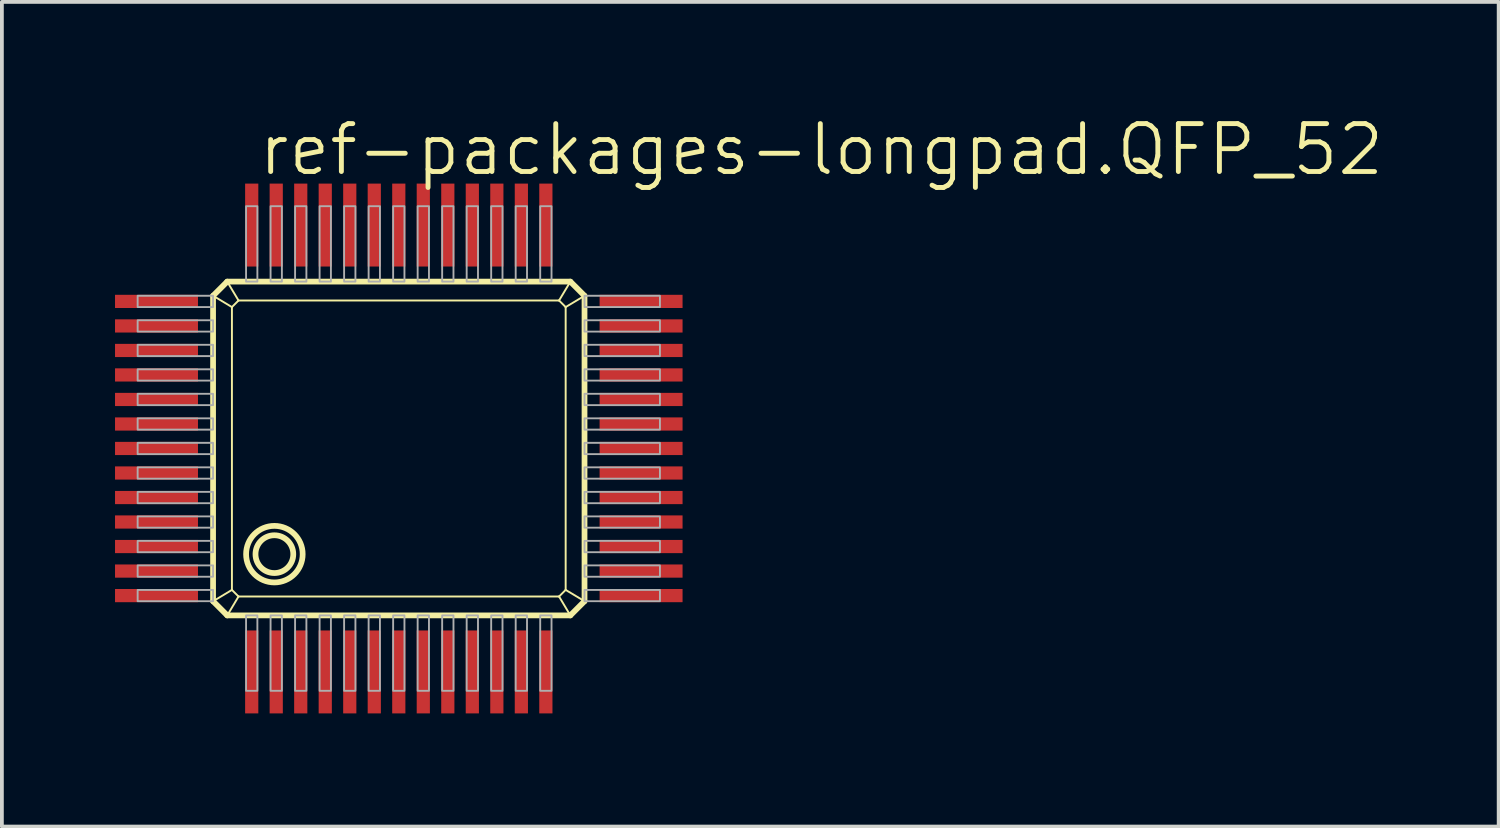
<source format=kicad_pcb>
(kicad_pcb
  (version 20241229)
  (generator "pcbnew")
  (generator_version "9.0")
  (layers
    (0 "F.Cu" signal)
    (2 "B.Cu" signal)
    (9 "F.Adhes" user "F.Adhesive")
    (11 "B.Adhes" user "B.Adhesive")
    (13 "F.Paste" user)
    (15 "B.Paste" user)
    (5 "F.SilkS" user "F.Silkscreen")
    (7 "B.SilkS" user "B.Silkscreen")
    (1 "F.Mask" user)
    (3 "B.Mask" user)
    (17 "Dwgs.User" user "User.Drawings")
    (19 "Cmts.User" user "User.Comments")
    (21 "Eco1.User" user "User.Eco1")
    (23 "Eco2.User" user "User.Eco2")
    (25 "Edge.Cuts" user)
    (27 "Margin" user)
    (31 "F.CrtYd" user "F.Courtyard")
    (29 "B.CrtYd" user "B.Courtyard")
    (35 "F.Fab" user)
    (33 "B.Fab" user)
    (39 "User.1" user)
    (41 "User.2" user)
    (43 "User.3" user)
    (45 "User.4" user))
  (footprint "ref-packages-longpad.QFP_52"
    (layer "F.Cu")
    (at 7.2 8.518)
    (property "Reference" "ref-packages-longpad.QFP_52" (at -3.46 -6.858 0) (layer "F.SilkS") (effects (font (size 1.27 1.27) (thickness 0.13)) (justify left bottom)))
    (attr smd)
    (fp_line (start -4.6 -3.725) (end -4.225 -4.1) (stroke (width 0.152) (type default)) (layer "F.SilkS"))
    (fp_line (start -4.6 -3.725) (end -4.1 -3.425) (stroke (width 0.051) (type default)) (layer "F.SilkS"))
    (fp_line (start -4.6 4.375) (end -4.6 -3.725) (stroke (width 0.152) (type default)) (layer "F.SilkS"))
    (fp_line (start -4.6 4.375) (end -4.1 4.075) (stroke (width 0.051) (type default)) (layer "F.SilkS"))
    (fp_line (start -4.225 -4.1) (end -3.925 -3.6) (stroke (width 0.051) (type default)) (layer "F.SilkS"))
    (fp_line (start -4.225 -4.1) (end 4.875 -4.1) (stroke (width 0.152) (type default)) (layer "F.SilkS"))
    (fp_line (start -4.224 4.751) (end -4.6 4.375) (stroke (width 0.152) (type default)) (layer "F.SilkS"))
    (fp_line (start -4.224 4.751) (end -3.925 4.25) (stroke (width 0.051) (type default)) (layer "F.SilkS"))
    (fp_line (start -4.1 -3.425) (end -3.925 -3.6) (stroke (width 0.051) (type default)) (layer "F.SilkS"))
    (fp_line (start -4.1 4.075) (end -4.1 -3.425) (stroke (width 0.051) (type default)) (layer "F.SilkS"))
    (fp_line (start -3.925 -3.6) (end 4.575 -3.6) (stroke (width 0.051) (type default)) (layer "F.SilkS"))
    (fp_line (start -3.925 4.25) (end -4.1 4.075) (stroke (width 0.051) (type default)) (layer "F.SilkS"))
    (fp_line (start 4.575 -3.6) (end 4.75 -3.425) (stroke (width 0.051) (type default)) (layer "F.SilkS"))
    (fp_line (start 4.575 4.25) (end -3.925 4.25) (stroke (width 0.051) (type default)) (layer "F.SilkS"))
    (fp_line (start 4.75 -3.425) (end 4.75 4.075) (stroke (width 0.051) (type default)) (layer "F.SilkS"))
    (fp_line (start 4.75 4.075) (end 4.575 4.25) (stroke (width 0.051) (type default)) (layer "F.SilkS"))
    (fp_line (start 4.874 4.751) (end -4.224 4.751) (stroke (width 0.152) (type default)) (layer "F.SilkS"))
    (fp_line (start 4.874 4.751) (end 4.575 4.25) (stroke (width 0.051) (type default)) (layer "F.SilkS"))
    (fp_line (start 4.875 -4.1) (end 4.575 -3.6) (stroke (width 0.051) (type default)) (layer "F.SilkS"))
    (fp_line (start 4.875 -4.1) (end 5.25 -3.725) (stroke (width 0.152) (type default)) (layer "F.SilkS"))
    (fp_line (start 5.25 -3.725) (end 4.75 -3.425) (stroke (width 0.051) (type default)) (layer "F.SilkS"))
    (fp_line (start 5.25 -3.725) (end 5.25 4.375) (stroke (width 0.152) (type default)) (layer "F.SilkS"))
    (fp_line (start 5.25 4.375) (end 4.75 4.075) (stroke (width 0.051) (type default)) (layer "F.SilkS"))
    (fp_line (start 5.25 4.375) (end 4.874 4.751) (stroke (width 0.152) (type default)) (layer "F.SilkS"))
    (fp_circle (center -2.974 3.127) (end -2.473 3.127) (stroke (width 0.152) (type default)) (fill no) (layer "F.SilkS"))
    (fp_circle (center -2.974 3.127) (end -2.224 3.127) (stroke (width 0.152) (type default)) (fill no) (layer "F.SilkS"))
    (fp_rect (start -6.6 -3.425) (end -4.6 -3.725) (stroke (width 0.05) (type default)) (fill no) (layer "F.Fab"))
    (fp_rect (start -6.6 -2.775) (end -4.6 -3.075) (stroke (width 0.05) (type default)) (fill no) (layer "F.Fab"))
    (fp_rect (start -6.6 -2.125) (end -4.6 -2.425) (stroke (width 0.05) (type default)) (fill no) (layer "F.Fab"))
    (fp_rect (start -6.6 -1.475) (end -4.6 -1.775) (stroke (width 0.05) (type default)) (fill no) (layer "F.Fab"))
    (fp_rect (start -6.6 -0.825) (end -4.6 -1.125) (stroke (width 0.05) (type default)) (fill no) (layer "F.Fab"))
    (fp_rect (start -6.6 -0.175) (end -4.6 -0.475) (stroke (width 0.05) (type default)) (fill no) (layer "F.Fab"))
    (fp_rect (start -6.6 0.475) (end -4.6 0.175) (stroke (width 0.05) (type default)) (fill no) (layer "F.Fab"))
    (fp_rect (start -6.6 1.125) (end -4.6 0.825) (stroke (width 0.05) (type default)) (fill no) (layer "F.Fab"))
    (fp_rect (start -6.6 1.775) (end -4.6 1.475) (stroke (width 0.05) (type default)) (fill no) (layer "F.Fab"))
    (fp_rect (start -6.6 2.425) (end -4.6 2.125) (stroke (width 0.05) (type default)) (fill no) (layer "F.Fab"))
    (fp_rect (start -6.6 3.075) (end -4.6 2.775) (stroke (width 0.05) (type default)) (fill no) (layer "F.Fab"))
    (fp_rect (start -6.6 3.725) (end -4.6 3.425) (stroke (width 0.05) (type default)) (fill no) (layer "F.Fab"))
    (fp_rect (start -6.6 4.375) (end -4.6 4.075) (stroke (width 0.05) (type default)) (fill no) (layer "F.Fab"))
    (fp_rect (start -3.725 -4.1) (end -3.425 -6.1) (stroke (width 0.05) (type default)) (fill no) (layer "F.Fab"))
    (fp_rect (start -3.725 6.751) (end -3.425 4.751) (stroke (width 0.05) (type default)) (fill no) (layer "F.Fab"))
    (fp_rect (start -3.075 -4.1) (end -2.775 -6.1) (stroke (width 0.05) (type default)) (fill no) (layer "F.Fab"))
    (fp_rect (start -3.075 6.751) (end -2.775 4.751) (stroke (width 0.05) (type default)) (fill no) (layer "F.Fab"))
    (fp_rect (start -2.425 -4.1) (end -2.125 -6.1) (stroke (width 0.05) (type default)) (fill no) (layer "F.Fab"))
    (fp_rect (start -2.425 6.751) (end -2.125 4.751) (stroke (width 0.05) (type default)) (fill no) (layer "F.Fab"))
    (fp_rect (start -1.775 -4.1) (end -1.475 -6.1) (stroke (width 0.05) (type default)) (fill no) (layer "F.Fab"))
    (fp_rect (start -1.775 6.751) (end -1.475 4.751) (stroke (width 0.05) (type default)) (fill no) (layer "F.Fab"))
    (fp_rect (start -1.125 -4.1) (end -0.825 -6.1) (stroke (width 0.05) (type default)) (fill no) (layer "F.Fab"))
    (fp_rect (start -1.125 6.751) (end -0.825 4.751) (stroke (width 0.05) (type default)) (fill no) (layer "F.Fab"))
    (fp_rect (start -0.475 -4.1) (end -0.175 -6.1) (stroke (width 0.05) (type default)) (fill no) (layer "F.Fab"))
    (fp_rect (start -0.475 6.751) (end -0.175 4.751) (stroke (width 0.05) (type default)) (fill no) (layer "F.Fab"))
    (fp_rect (start 0.175 -4.1) (end 0.475 -6.1) (stroke (width 0.05) (type default)) (fill no) (layer "F.Fab"))
    (fp_rect (start 0.175 6.751) (end 0.475 4.751) (stroke (width 0.05) (type default)) (fill no) (layer "F.Fab"))
    (fp_rect (start 0.825 -4.1) (end 1.125 -6.1) (stroke (width 0.05) (type default)) (fill no) (layer "F.Fab"))
    (fp_rect (start 0.825 6.751) (end 1.125 4.751) (stroke (width 0.05) (type default)) (fill no) (layer "F.Fab"))
    (fp_rect (start 1.475 -4.1) (end 1.775 -6.1) (stroke (width 0.05) (type default)) (fill no) (layer "F.Fab"))
    (fp_rect (start 1.475 6.751) (end 1.775 4.751) (stroke (width 0.05) (type default)) (fill no) (layer "F.Fab"))
    (fp_rect (start 2.125 -4.1) (end 2.425 -6.1) (stroke (width 0.05) (type default)) (fill no) (layer "F.Fab"))
    (fp_rect (start 2.125 6.751) (end 2.425 4.751) (stroke (width 0.05) (type default)) (fill no) (layer "F.Fab"))
    (fp_rect (start 2.775 -4.1) (end 3.075 -6.1) (stroke (width 0.05) (type default)) (fill no) (layer "F.Fab"))
    (fp_rect (start 2.775 6.751) (end 3.075 4.751) (stroke (width 0.05) (type default)) (fill no) (layer "F.Fab"))
    (fp_rect (start 3.425 -4.1) (end 3.725 -6.1) (stroke (width 0.05) (type default)) (fill no) (layer "F.Fab"))
    (fp_rect (start 3.425 6.751) (end 3.725 4.751) (stroke (width 0.05) (type default)) (fill no) (layer "F.Fab"))
    (fp_rect (start 4.075 -4.1) (end 4.375 -6.1) (stroke (width 0.05) (type default)) (fill no) (layer "F.Fab"))
    (fp_rect (start 4.075 6.751) (end 4.375 4.751) (stroke (width 0.05) (type default)) (fill no) (layer "F.Fab"))
    (fp_rect (start 5.25 -3.425) (end 7.25 -3.725) (stroke (width 0.05) (type default)) (fill no) (layer "F.Fab"))
    (fp_rect (start 5.25 -2.775) (end 7.25 -3.075) (stroke (width 0.05) (type default)) (fill no) (layer "F.Fab"))
    (fp_rect (start 5.25 -2.125) (end 7.25 -2.425) (stroke (width 0.05) (type default)) (fill no) (layer "F.Fab"))
    (fp_rect (start 5.25 -1.475) (end 7.25 -1.775) (stroke (width 0.05) (type default)) (fill no) (layer "F.Fab"))
    (fp_rect (start 5.25 -0.825) (end 7.25 -1.125) (stroke (width 0.05) (type default)) (fill no) (layer "F.Fab"))
    (fp_rect (start 5.25 -0.175) (end 7.25 -0.475) (stroke (width 0.05) (type default)) (fill no) (layer "F.Fab"))
    (fp_rect (start 5.25 0.475) (end 7.25 0.175) (stroke (width 0.05) (type default)) (fill no) (layer "F.Fab"))
    (fp_rect (start 5.25 1.125) (end 7.25 0.825) (stroke (width 0.05) (type default)) (fill no) (layer "F.Fab"))
    (fp_rect (start 5.25 1.775) (end 7.25 1.475) (stroke (width 0.05) (type default)) (fill no) (layer "F.Fab"))
    (fp_rect (start 5.25 2.425) (end 7.25 2.125) (stroke (width 0.05) (type default)) (fill no) (layer "F.Fab"))
    (fp_rect (start 5.25 3.075) (end 7.25 2.775) (stroke (width 0.05) (type default)) (fill no) (layer "F.Fab"))
    (fp_rect (start 5.25 3.725) (end 7.25 3.425) (stroke (width 0.05) (type default)) (fill no) (layer "F.Fab"))
    (fp_rect (start 5.25 4.375) (end 7.25 4.075) (stroke (width 0.05) (type default)) (fill no) (layer "F.Fab"))
    (pad "1" smd roundrect (at -3.575 6.25) (size 0.35 2.2) (layers "F.Cu" "F.Mask" "F.Paste") (roundrect_rratio 0.01))
    (pad "2" smd roundrect (at -2.925 6.25) (size 0.35 2.2) (layers "F.Cu" "F.Mask" "F.Paste") (roundrect_rratio 0.01))
    (pad "3" smd roundrect (at -2.275 6.25) (size 0.35 2.2) (layers "F.Cu" "F.Mask" "F.Paste") (roundrect_rratio 0.01))
    (pad "4" smd roundrect (at -1.625 6.25) (size 0.35 2.2) (layers "F.Cu" "F.Mask" "F.Paste") (roundrect_rratio 0.01))
    (pad "5" smd roundrect (at -0.975 6.25) (size 0.35 2.2) (layers "F.Cu" "F.Mask" "F.Paste") (roundrect_rratio 0.01))
    (pad "6" smd roundrect (at -0.325 6.25) (size 0.35 2.2) (layers "F.Cu" "F.Mask" "F.Paste") (roundrect_rratio 0.01))
    (pad "7" smd roundrect (at 0.325 6.25) (size 0.35 2.2) (layers "F.Cu" "F.Mask" "F.Paste") (roundrect_rratio 0.01))
    (pad "8" smd roundrect (at 0.975 6.25) (size 0.35 2.2) (layers "F.Cu" "F.Mask" "F.Paste") (roundrect_rratio 0.01))
    (pad "9" smd roundrect (at 1.625 6.25) (size 0.35 2.2) (layers "F.Cu" "F.Mask" "F.Paste") (roundrect_rratio 0.01))
    (pad "10" smd roundrect (at 2.275 6.25) (size 0.35 2.2) (layers "F.Cu" "F.Mask" "F.Paste") (roundrect_rratio 0.01))
    (pad "11" smd roundrect (at 2.925 6.25) (size 0.35 2.2) (layers "F.Cu" "F.Mask" "F.Paste") (roundrect_rratio 0.01))
    (pad "12" smd roundrect (at 3.575 6.25) (size 0.35 2.2) (layers "F.Cu" "F.Mask" "F.Paste") (roundrect_rratio 0.01))
    (pad "13" smd roundrect (at 4.225 6.25) (size 0.35 2.2) (layers "F.Cu" "F.Mask" "F.Paste") (roundrect_rratio 0.01))
    (pad "14" smd roundrect (at 6.75 4.225) (size 2.2 0.35) (layers "F.Cu" "F.Mask" "F.Paste") (roundrect_rratio 0.01))
    (pad "15" smd roundrect (at 6.75 3.575) (size 2.2 0.35) (layers "F.Cu" "F.Mask" "F.Paste") (roundrect_rratio 0.01))
    (pad "16" smd roundrect (at 6.75 2.925) (size 2.2 0.35) (layers "F.Cu" "F.Mask" "F.Paste") (roundrect_rratio 0.01))
    (pad "17" smd roundrect (at 6.75 2.275) (size 2.2 0.35) (layers "F.Cu" "F.Mask" "F.Paste") (roundrect_rratio 0.01))
    (pad "18" smd roundrect (at 6.75 1.625) (size 2.2 0.35) (layers "F.Cu" "F.Mask" "F.Paste") (roundrect_rratio 0.01))
    (pad "19" smd roundrect (at 6.75 0.975) (size 2.2 0.35) (layers "F.Cu" "F.Mask" "F.Paste") (roundrect_rratio 0.01))
    (pad "20" smd roundrect (at 6.75 0.325) (size 2.2 0.35) (layers "F.Cu" "F.Mask" "F.Paste") (roundrect_rratio 0.01))
    (pad "21" smd roundrect (at 6.75 -0.325) (size 2.2 0.35) (layers "F.Cu" "F.Mask" "F.Paste") (roundrect_rratio 0.01))
    (pad "22" smd roundrect (at 6.75 -0.975) (size 2.2 0.35) (layers "F.Cu" "F.Mask" "F.Paste") (roundrect_rratio 0.01))
    (pad "23" smd roundrect (at 6.75 -1.625) (size 2.2 0.35) (layers "F.Cu" "F.Mask" "F.Paste") (roundrect_rratio 0.01))
    (pad "24" smd roundrect (at 6.75 -2.275) (size 2.2 0.35) (layers "F.Cu" "F.Mask" "F.Paste") (roundrect_rratio 0.01))
    (pad "25" smd roundrect (at 6.75 -2.925) (size 2.2 0.35) (layers "F.Cu" "F.Mask" "F.Paste") (roundrect_rratio 0.01))
    (pad "26" smd roundrect (at 6.75 -3.575) (size 2.2 0.35) (layers "F.Cu" "F.Mask" "F.Paste") (roundrect_rratio 0.01))
    (pad "27" smd roundrect (at 4.225 -5.6) (size 0.35 2.2) (layers "F.Cu" "F.Mask" "F.Paste") (roundrect_rratio 0.01))
    (pad "28" smd roundrect (at 3.575 -5.6) (size 0.35 2.2) (layers "F.Cu" "F.Mask" "F.Paste") (roundrect_rratio 0.01))
    (pad "29" smd roundrect (at 2.925 -5.6) (size 0.35 2.2) (layers "F.Cu" "F.Mask" "F.Paste") (roundrect_rratio 0.01))
    (pad "30" smd roundrect (at 2.275 -5.6) (size 0.35 2.2) (layers "F.Cu" "F.Mask" "F.Paste") (roundrect_rratio 0.01))
    (pad "31" smd roundrect (at 1.625 -5.6) (size 0.35 2.2) (layers "F.Cu" "F.Mask" "F.Paste") (roundrect_rratio 0.01))
    (pad "32" smd roundrect (at 0.975 -5.6) (size 0.35 2.2) (layers "F.Cu" "F.Mask" "F.Paste") (roundrect_rratio 0.01))
    (pad "33" smd roundrect (at 0.325 -5.6) (size 0.35 2.2) (layers "F.Cu" "F.Mask" "F.Paste") (roundrect_rratio 0.01))
    (pad "34" smd roundrect (at -0.325 -5.6) (size 0.35 2.2) (layers "F.Cu" "F.Mask" "F.Paste") (roundrect_rratio 0.01))
    (pad "35" smd roundrect (at -0.975 -5.6) (size 0.35 2.2) (layers "F.Cu" "F.Mask" "F.Paste") (roundrect_rratio 0.01))
    (pad "36" smd roundrect (at -1.625 -5.6) (size 0.35 2.2) (layers "F.Cu" "F.Mask" "F.Paste") (roundrect_rratio 0.01))
    (pad "37" smd roundrect (at -2.275 -5.6) (size 0.35 2.2) (layers "F.Cu" "F.Mask" "F.Paste") (roundrect_rratio 0.01))
    (pad "38" smd roundrect (at -2.925 -5.6) (size 0.35 2.2) (layers "F.Cu" "F.Mask" "F.Paste") (roundrect_rratio 0.01))
    (pad "39" smd roundrect (at -3.575 -5.6) (size 0.35 2.2) (layers "F.Cu" "F.Mask" "F.Paste") (roundrect_rratio 0.01))
    (pad "40" smd roundrect (at -6.1 -3.575) (size 2.2 0.35) (layers "F.Cu" "F.Mask" "F.Paste") (roundrect_rratio 0.01))
    (pad "41" smd roundrect (at -6.1 -2.925) (size 2.2 0.35) (layers "F.Cu" "F.Mask" "F.Paste") (roundrect_rratio 0.01))
    (pad "42" smd roundrect (at -6.1 -2.275) (size 2.2 0.35) (layers "F.Cu" "F.Mask" "F.Paste") (roundrect_rratio 0.01))
    (pad "43" smd roundrect (at -6.1 -1.625) (size 2.2 0.35) (layers "F.Cu" "F.Mask" "F.Paste") (roundrect_rratio 0.01))
    (pad "44" smd roundrect (at -6.1 -0.975) (size 2.2 0.35) (layers "F.Cu" "F.Mask" "F.Paste") (roundrect_rratio 0.01))
    (pad "45" smd roundrect (at -6.1 -0.325) (size 2.2 0.35) (layers "F.Cu" "F.Mask" "F.Paste") (roundrect_rratio 0.01))
    (pad "46" smd roundrect (at -6.1 0.325) (size 2.2 0.35) (layers "F.Cu" "F.Mask" "F.Paste") (roundrect_rratio 0.01))
    (pad "47" smd roundrect (at -6.1 0.975) (size 2.2 0.35) (layers "F.Cu" "F.Mask" "F.Paste") (roundrect_rratio 0.01))
    (pad "48" smd roundrect (at -6.1 1.625) (size 2.2 0.35) (layers "F.Cu" "F.Mask" "F.Paste") (roundrect_rratio 0.01))
    (pad "49" smd roundrect (at -6.1 2.275) (size 2.2 0.35) (layers "F.Cu" "F.Mask" "F.Paste") (roundrect_rratio 0.01))
    (pad "50" smd roundrect (at -6.1 2.925) (size 2.2 0.35) (layers "F.Cu" "F.Mask" "F.Paste") (roundrect_rratio 0.01))
    (pad "51" smd roundrect (at -6.1 3.575) (size 2.2 0.35) (layers "F.Cu" "F.Mask" "F.Paste") (roundrect_rratio 0.01))
    (pad "52" smd roundrect (at -6.1 4.225) (size 2.2 0.35) (layers "F.Cu" "F.Mask" "F.Paste") (roundrect_rratio 0.01)))
  (gr_rect
    (start -3 -3)
    (end 36.691 18.868)
    (stroke (width 0.1) (type default))
    (fill no)
    (layer "Edge.Cuts")))
</source>
